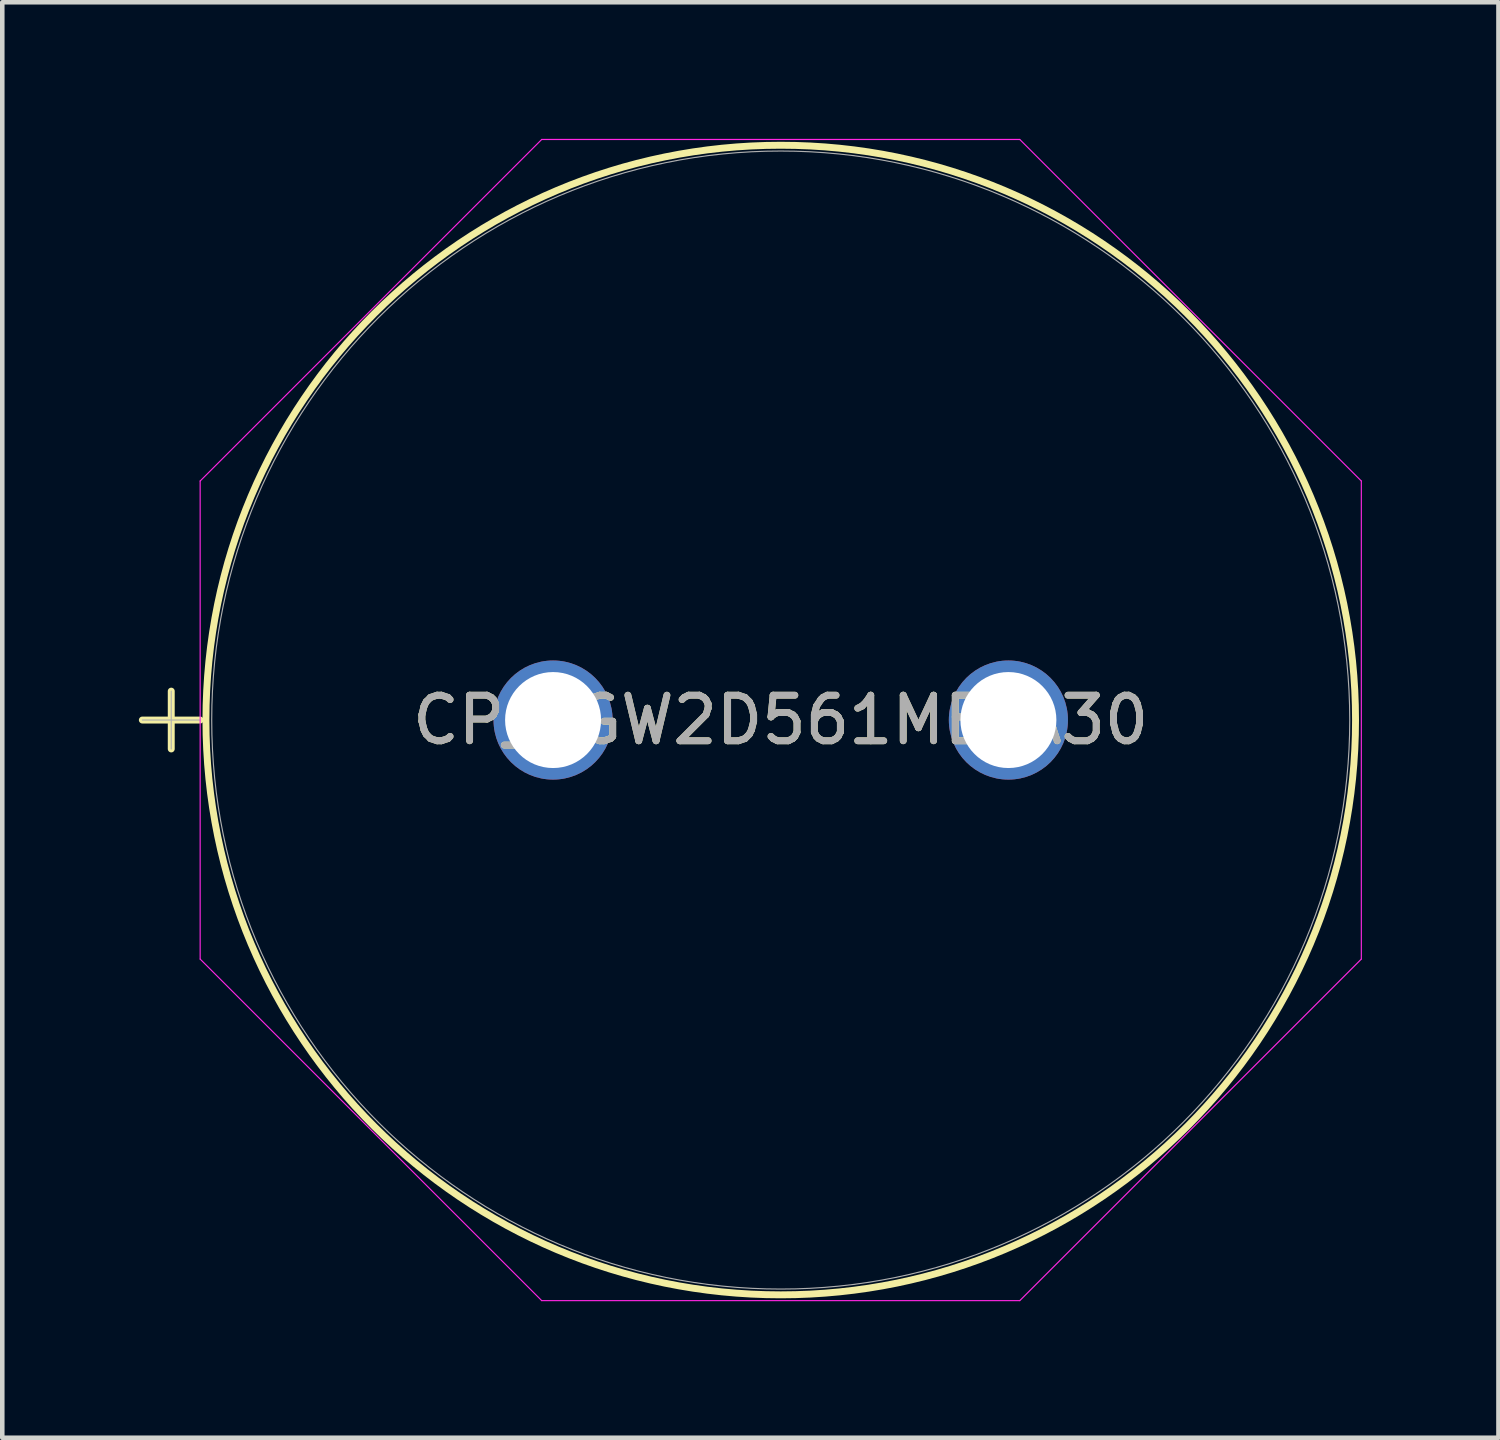
<source format=kicad_pcb>
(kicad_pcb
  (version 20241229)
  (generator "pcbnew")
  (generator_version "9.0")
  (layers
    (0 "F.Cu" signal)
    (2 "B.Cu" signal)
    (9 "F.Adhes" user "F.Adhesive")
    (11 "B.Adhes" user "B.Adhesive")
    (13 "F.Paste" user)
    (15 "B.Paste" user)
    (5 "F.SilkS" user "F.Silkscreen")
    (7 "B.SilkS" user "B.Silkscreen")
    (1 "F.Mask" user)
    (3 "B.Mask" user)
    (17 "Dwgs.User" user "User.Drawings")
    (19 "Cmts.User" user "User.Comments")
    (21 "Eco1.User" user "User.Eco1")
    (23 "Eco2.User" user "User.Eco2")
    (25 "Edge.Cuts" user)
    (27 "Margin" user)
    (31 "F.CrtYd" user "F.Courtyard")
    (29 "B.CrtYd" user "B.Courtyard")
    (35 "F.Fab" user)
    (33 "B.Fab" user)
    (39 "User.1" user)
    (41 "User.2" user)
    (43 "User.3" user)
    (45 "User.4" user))
  (footprint "CP_LGW2D561MELA30"
    (layer "F.Cu")
    (at 9.097 12.764)
    (property "Reference" "CP_LGW2D561MELA30" (at 5 0 0) (unlocked yes) (layer "F.SilkS") (effects (font (size 1 1) (thickness 0.15))))
    (attr through_hole)
    (fp_line (start -9.021 0) (end -7.751 0) (stroke (width 0.152) (type solid)) (layer "F.SilkS"))
    (fp_line (start -8.386 -0.635) (end -8.386 0.635) (stroke (width 0.152) (type solid)) (layer "F.SilkS"))
    (fp_circle (center 5 0) (end 17.624 0) (stroke (width 0.152) (type solid)) (fill no) (layer "F.SilkS"))
    (fp_line (start -7.751 -5.25) (end -0.25 -12.751) (stroke (width 0.025) (type solid)) (layer "F.CrtYd"))
    (fp_line (start -7.751 5.25) (end -7.751 -5.25) (stroke (width 0.025) (type solid)) (layer "F.CrtYd"))
    (fp_line (start -0.25 -12.751) (end 10.25 -12.751) (stroke (width 0.025) (type solid)) (layer "F.CrtYd"))
    (fp_line (start -0.25 12.751) (end -7.751 5.25) (stroke (width 0.025) (type solid)) (layer "F.CrtYd"))
    (fp_line (start 10.25 -12.751) (end 17.751 -5.25) (stroke (width 0.025) (type solid)) (layer "F.CrtYd"))
    (fp_line (start 10.25 12.751) (end -0.25 12.751) (stroke (width 0.025) (type solid)) (layer "F.CrtYd"))
    (fp_line (start 17.751 -5.25) (end 17.751 5.25) (stroke (width 0.025) (type solid)) (layer "F.CrtYd"))
    (fp_line (start 17.751 5.25) (end 10.25 12.751) (stroke (width 0.025) (type solid)) (layer "F.CrtYd"))
    (fp_line (start -9.021 0) (end -7.751 0) (stroke (width 0.025) (type solid)) (layer "F.Fab"))
    (fp_line (start -8.386 -0.635) (end -8.386 0.635) (stroke (width 0.025) (type solid)) (layer "F.Fab"))
    (fp_circle (center 5 0) (end 17.497 0) (stroke (width 0.025) (type solid)) (fill no) (layer "F.Fab"))
    (fp_text user "${REFERENCE}" (at 5 0 0) (unlocked yes) (layer "F.Fab") (effects (font (size 1 1) (thickness 0.15))))
    (pad "1" thru_hole circle (at 0 0) (size 2.616 2.616) (drill 2.108) (layers "*.Cu" "*.Mask"))
    (pad "2" thru_hole circle (at 10 0) (size 2.616 2.616) (drill 2.108) (layers "*.Cu" "*.Mask")))
  (gr_rect
    (start -3 -3)
    (end 29.86 28.527)
    (stroke (width 0.1) (type default))
    (fill no)
    (layer "Edge.Cuts")))
</source>
